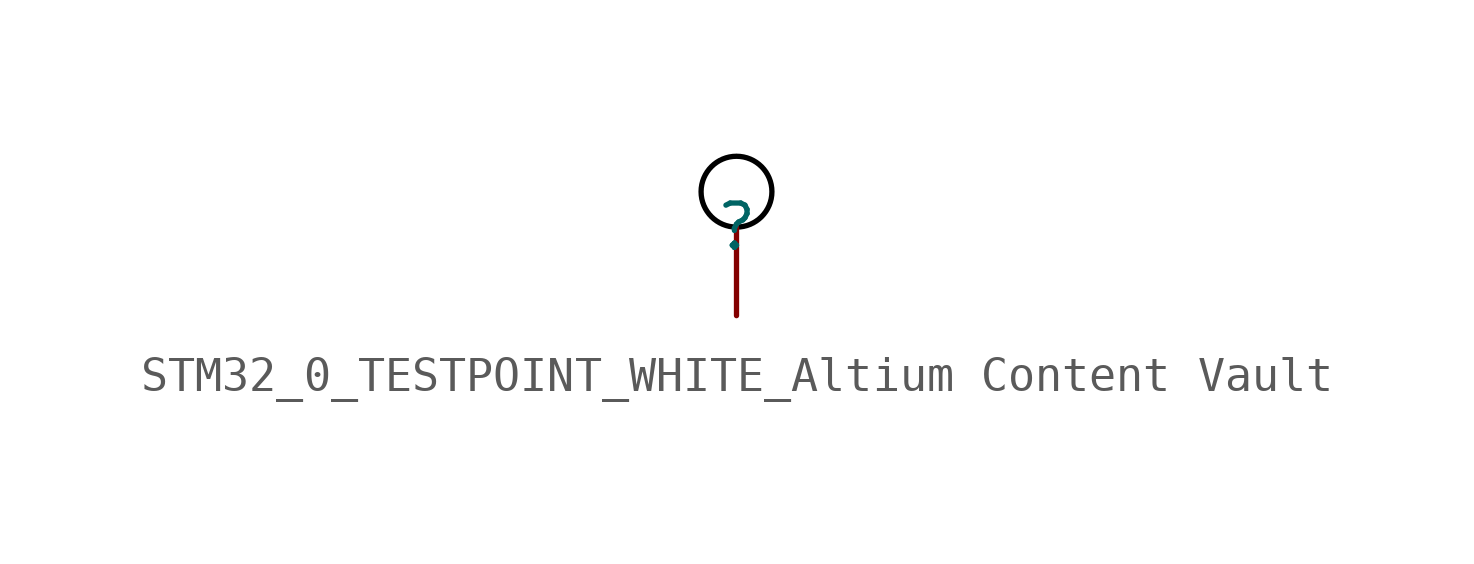
<source format=kicad_sym>
(kicad_symbol_lib
  (version 20241209)
  (generator "kicad_symbol_editor")
  (generator_version "9.0")
  (symbol "STM32_0_TESTPOINT_WHITE_Altium Content Vault"
    (pin_numbers
      (hide yes))
    (pin_names
      (hide yes))
    (property "Reference" ""
      (at 0 0 0)
      (effects (font (size 1.27 1.27))))
    (property "Value" ""
      (at 0 0 0)
      (effects (font (size 1.27 1.27))))
    (symbol "STM32_0_TESTPOINT_WHITE_Altium Content Vault_1_0"
      (circle (center 0 1.016) (radius 1.016) (stroke (width 0) (type solid) (color 0 0 0 1)) (fill (type color) (color 255 255 255 1)))
      (pin passive line (at 0 -2.54 90) (length 2.54) (name "1" (effects (font (size 1.27 1.27)))) (number "1" (effects (font (size 1.27 1.27))))))))
</source>
